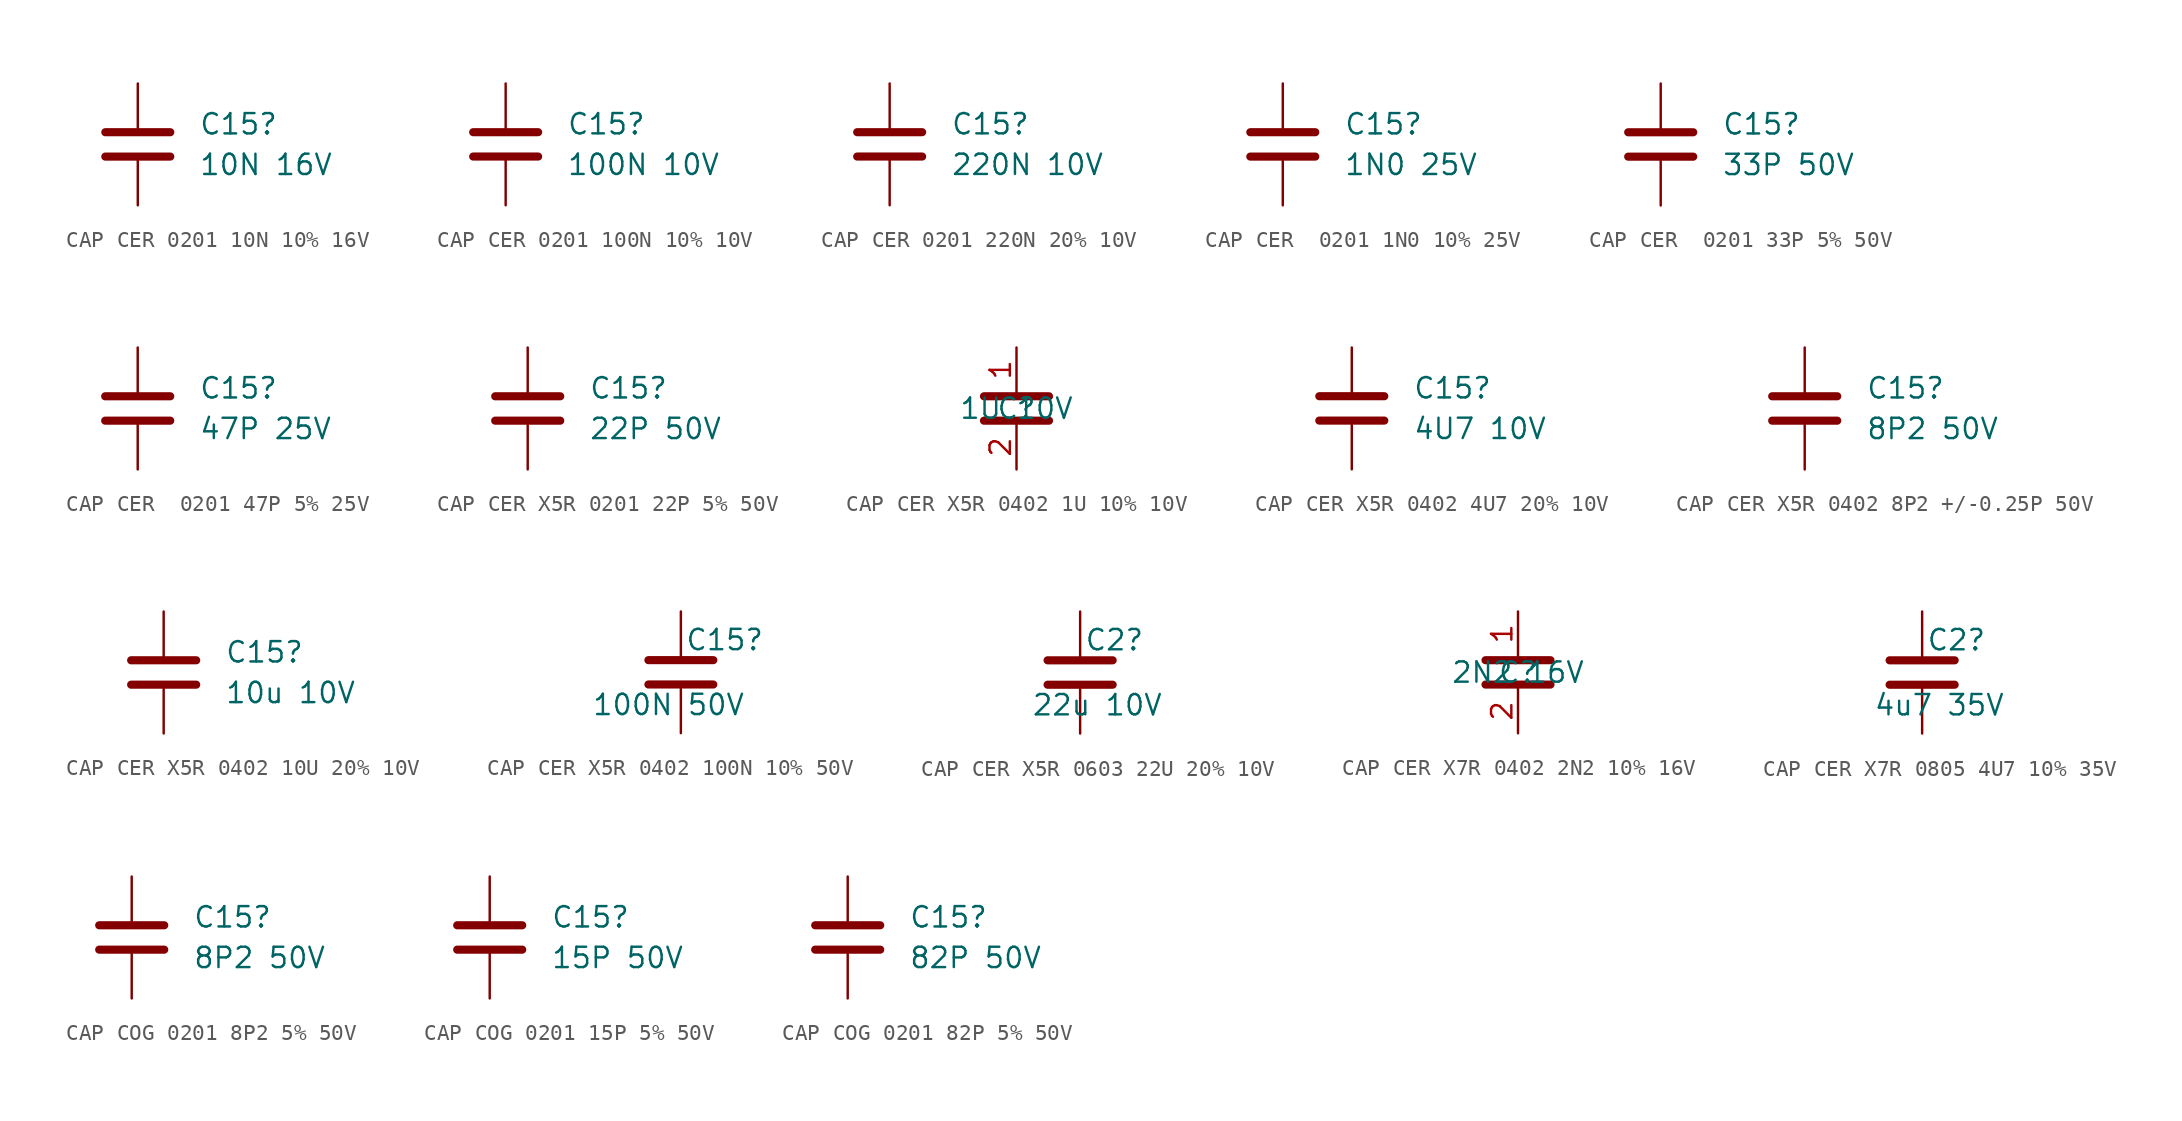
<source format=kicad_sym>
(kicad_symbol_lib
  (version 20241209)
  (generator "kicad_symbol_editor")
  (generator_version "9.0")
  (symbol "CAP CER 0201 10N 10% 16V"
    (pin_numbers
      (hide yes))
    (pin_names
      (offset 0.254))
    (property "Reference" "C15"
      (at 3.81 1.27 0)
      (effects (font (size 1.27 1.27)) (justify left)))
    (property "Value" "10N 16V"
      (at 3.81 -1.27 0)
      (effects (font (size 1.27 1.27)) (justify left)))
    (symbol "CAP CER 0201 10N 10% 16V_0_1"
      (polyline (pts (xy -2.032 0.762) (xy 2.032 0.762)) (stroke (width 0.508) (type default)) (fill (type none)))
      (polyline (pts (xy -2.032 -0.762) (xy 2.032 -0.762)) (stroke (width 0.508) (type default)) (fill (type none))))
    (symbol "CAP CER 0201 10N 10% 16V_1_1"
      (pin passive line (at 0 3.81 270) (length 2.794) (name "~" (effects (font (size 1.27 1.27)))) (number "1" (effects (font (size 1.27 1.27)))))
      (pin passive line (at 0 -3.81 90) (length 2.794) (name "~" (effects (font (size 1.27 1.27)))) (number "2" (effects (font (size 1.27 1.27)))))))
  (symbol "CAP CER 0201 100N 10% 10V"
    (pin_numbers
      (hide yes))
    (pin_names
      (offset 0.254))
    (property "Reference" "C15"
      (at 3.81 1.27 0)
      (effects (font (size 1.27 1.27)) (justify left)))
    (property "Value" "100N 10V"
      (at 3.81 -1.27 0)
      (effects (font (size 1.27 1.27)) (justify left)))
    (symbol "CAP CER 0201 100N 10% 10V_0_1"
      (polyline (pts (xy -2.032 0.762) (xy 2.032 0.762)) (stroke (width 0.508) (type default)) (fill (type none)))
      (polyline (pts (xy -2.032 -0.762) (xy 2.032 -0.762)) (stroke (width 0.508) (type default)) (fill (type none))))
    (symbol "CAP CER 0201 100N 10% 10V_1_1"
      (pin passive line (at 0 3.81 270) (length 2.794) (name "~" (effects (font (size 1.27 1.27)))) (number "1" (effects (font (size 1.27 1.27)))))
      (pin passive line (at 0 -3.81 90) (length 2.794) (name "~" (effects (font (size 1.27 1.27)))) (number "2" (effects (font (size 1.27 1.27)))))))
  (symbol "CAP CER 0201 220N 20% 10V"
    (pin_numbers
      (hide yes))
    (pin_names
      (offset 0.254))
    (property "Reference" "C15"
      (at 3.81 1.27 0)
      (effects (font (size 1.27 1.27)) (justify left)))
    (property "Value" "220N 10V"
      (at 3.81 -1.27 0)
      (effects (font (size 1.27 1.27)) (justify left)))
    (symbol "CAP CER 0201 220N 20% 10V_0_1"
      (polyline (pts (xy -2.032 0.762) (xy 2.032 0.762)) (stroke (width 0.508) (type default)) (fill (type none)))
      (polyline (pts (xy -2.032 -0.762) (xy 2.032 -0.762)) (stroke (width 0.508) (type default)) (fill (type none))))
    (symbol "CAP CER 0201 220N 20% 10V_1_1"
      (pin passive line (at 0 3.81 270) (length 2.794) (name "~" (effects (font (size 1.27 1.27)))) (number "1" (effects (font (size 1.27 1.27)))))
      (pin passive line (at 0 -3.81 90) (length 2.794) (name "~" (effects (font (size 1.27 1.27)))) (number "2" (effects (font (size 1.27 1.27)))))))
  (symbol "CAP CER  0201 1N0 10% 25V"
    (pin_numbers
      (hide yes))
    (pin_names
      (offset 0.254))
    (property "Reference" "C15"
      (at 3.81 1.27 0)
      (effects (font (size 1.27 1.27)) (justify left)))
    (property "Value" "1N0 25V"
      (at 3.81 -1.27 0)
      (effects (font (size 1.27 1.27)) (justify left)))
    (symbol "CAP CER  0201 1N0 10% 25V_0_1"
      (polyline (pts (xy -2.032 0.762) (xy 2.032 0.762)) (stroke (width 0.508) (type default)) (fill (type none)))
      (polyline (pts (xy -2.032 -0.762) (xy 2.032 -0.762)) (stroke (width 0.508) (type default)) (fill (type none))))
    (symbol "CAP CER  0201 1N0 10% 25V_1_1"
      (pin passive line (at 0 3.81 270) (length 2.794) (name "~" (effects (font (size 1.27 1.27)))) (number "1" (effects (font (size 1.27 1.27)))))
      (pin passive line (at 0 -3.81 90) (length 2.794) (name "~" (effects (font (size 1.27 1.27)))) (number "2" (effects (font (size 1.27 1.27)))))))
  (symbol "CAP CER  0201 33P 5% 50V"
    (pin_numbers
      (hide yes))
    (pin_names
      (offset 0.254))
    (property "Reference" "C15"
      (at 3.81 1.27 0)
      (effects (font (size 1.27 1.27)) (justify left)))
    (property "Value" "33P 50V"
      (at 3.81 -1.27 0)
      (effects (font (size 1.27 1.27)) (justify left)))
    (symbol "CAP CER  0201 33P 5% 50V_0_1"
      (polyline (pts (xy -2.032 0.762) (xy 2.032 0.762)) (stroke (width 0.508) (type default)) (fill (type none)))
      (polyline (pts (xy -2.032 -0.762) (xy 2.032 -0.762)) (stroke (width 0.508) (type default)) (fill (type none))))
    (symbol "CAP CER  0201 33P 5% 50V_1_1"
      (pin passive line (at 0 3.81 270) (length 2.794) (name "~" (effects (font (size 1.27 1.27)))) (number "1" (effects (font (size 1.27 1.27)))))
      (pin passive line (at 0 -3.81 90) (length 2.794) (name "~" (effects (font (size 1.27 1.27)))) (number "2" (effects (font (size 1.27 1.27)))))))
  (symbol "CAP CER  0201 47P 5% 25V"
    (pin_numbers
      (hide yes))
    (pin_names
      (offset 0.254))
    (property "Reference" "C15"
      (at 3.81 1.27 0)
      (effects (font (size 1.27 1.27)) (justify left)))
    (property "Value" "47P 25V"
      (at 3.81 -1.27 0)
      (effects (font (size 1.27 1.27)) (justify left)))
    (symbol "CAP CER  0201 47P 5% 25V_0_1"
      (polyline (pts (xy -2.032 0.762) (xy 2.032 0.762)) (stroke (width 0.508) (type default)) (fill (type none)))
      (polyline (pts (xy -2.032 -0.762) (xy 2.032 -0.762)) (stroke (width 0.508) (type default)) (fill (type none))))
    (symbol "CAP CER  0201 47P 5% 25V_1_1"
      (pin passive line (at 0 3.81 270) (length 2.794) (name "~" (effects (font (size 1.27 1.27)))) (number "1" (effects (font (size 1.27 1.27)))))
      (pin passive line (at 0 -3.81 90) (length 2.794) (name "~" (effects (font (size 1.27 1.27)))) (number "2" (effects (font (size 1.27 1.27)))))))
  (symbol "CAP CER X5R 0201 22P 5% 50V"
    (pin_numbers
      (hide yes))
    (pin_names
      (offset 0.254))
    (property "Reference" "C15"
      (at 3.81 1.27 0)
      (effects (font (size 1.27 1.27)) (justify left)))
    (property "Value" "22P 50V"
      (at 3.81 -1.27 0)
      (effects (font (size 1.27 1.27)) (justify left)))
    (symbol "CAP CER X5R 0201 22P 5% 50V_0_1"
      (polyline (pts (xy -2.032 0.762) (xy 2.032 0.762)) (stroke (width 0.508) (type default)) (fill (type none)))
      (polyline (pts (xy -2.032 -0.762) (xy 2.032 -0.762)) (stroke (width 0.508) (type default)) (fill (type none))))
    (symbol "CAP CER X5R 0201 22P 5% 50V_1_1"
      (pin passive line (at 0 3.81 270) (length 2.794) (name "~" (effects (font (size 1.27 1.27)))) (number "1" (effects (font (size 1.27 1.27)))))
      (pin passive line (at 0 -3.81 90) (length 2.794) (name "~" (effects (font (size 1.27 1.27)))) (number "2" (effects (font (size 1.27 1.27)))))))
  (symbol "CAP CER X5R 0402 1U 10% 10V"
    (property "Reference" "C"
      (at 0 0 0)
      (effects (font (size 1.27 1.27))))
    (property "Value" "1U 10V"
      (at 0 0 0)
      (effects (font (size 1.27 1.27))))
    (symbol "CAP CER X5R 0402 1U 10% 10V_0_1"
      (polyline (pts (xy -2.032 0.762) (xy 2.032 0.762)) (stroke (width 0.508) (type default)) (fill (type none)))
      (polyline (pts (xy -2.032 -0.762) (xy 2.032 -0.762)) (stroke (width 0.508) (type default)) (fill (type none))))
    (symbol "CAP CER X5R 0402 1U 10% 10V_1_1"
      (pin passive line (at 0 3.81 270) (length 2.794) (name "~" (effects (font (size 1.27 1.27)))) (number "1" (effects (font (size 1.27 1.27)))))
      (pin passive line (at 0 -3.81 90) (length 2.794) (name "~" (effects (font (size 1.27 1.27)))) (number "2" (effects (font (size 1.27 1.27)))))))
  (symbol "CAP CER X5R 0402 4U7 20% 10V"
    (pin_numbers
      (hide yes))
    (pin_names
      (offset 0.254))
    (property "Reference" "C15"
      (at 3.81 1.27 0)
      (effects (font (size 1.27 1.27)) (justify left)))
    (property "Value" "4U7 10V"
      (at 3.81 -1.27 0)
      (effects (font (size 1.27 1.27)) (justify left)))
    (symbol "CAP CER X5R 0402 4U7 20% 10V_0_1"
      (polyline (pts (xy -2.032 0.762) (xy 2.032 0.762)) (stroke (width 0.508) (type default)) (fill (type none)))
      (polyline (pts (xy -2.032 -0.762) (xy 2.032 -0.762)) (stroke (width 0.508) (type default)) (fill (type none))))
    (symbol "CAP CER X5R 0402 4U7 20% 10V_1_1"
      (pin passive line (at 0 3.81 270) (length 2.794) (name "~" (effects (font (size 1.27 1.27)))) (number "1" (effects (font (size 1.27 1.27)))))
      (pin passive line (at 0 -3.81 90) (length 2.794) (name "~" (effects (font (size 1.27 1.27)))) (number "2" (effects (font (size 1.27 1.27)))))))
  (symbol "CAP CER X5R 0402 8P2 +/-0.25P 50V"
    (pin_numbers
      (hide yes))
    (pin_names
      (offset 0.254))
    (property "Reference" "C15"
      (at 3.81 1.27 0)
      (effects (font (size 1.27 1.27)) (justify left)))
    (property "Value" "8P2 50V"
      (at 3.81 -1.27 0)
      (effects (font (size 1.27 1.27)) (justify left)))
    (symbol "CAP CER X5R 0402 8P2 +/-0.25P 50V_0_1"
      (polyline (pts (xy -2.032 0.762) (xy 2.032 0.762)) (stroke (width 0.508) (type default)) (fill (type none)))
      (polyline (pts (xy -2.032 -0.762) (xy 2.032 -0.762)) (stroke (width 0.508) (type default)) (fill (type none))))
    (symbol "CAP CER X5R 0402 8P2 +/-0.25P 50V_1_1"
      (pin passive line (at 0 3.81 270) (length 2.794) (name "~" (effects (font (size 1.27 1.27)))) (number "1" (effects (font (size 1.27 1.27)))))
      (pin passive line (at 0 -3.81 90) (length 2.794) (name "~" (effects (font (size 1.27 1.27)))) (number "2" (effects (font (size 1.27 1.27)))))))
  (symbol "CAP CER X5R 0402 10U 20% 10V"
    (pin_numbers
      (hide yes))
    (pin_names
      (offset 0.254))
    (property "Reference" "C15"
      (at 3.81 1.27 0)
      (effects (font (size 1.27 1.27)) (justify left)))
    (property "Value" "10u 10V"
      (at 3.81 -1.27 0)
      (effects (font (size 1.27 1.27)) (justify left)))
    (symbol "CAP CER X5R 0402 10U 20% 10V_0_1"
      (polyline (pts (xy -2.032 0.762) (xy 2.032 0.762)) (stroke (width 0.508) (type default)) (fill (type none)))
      (polyline (pts (xy -2.032 -0.762) (xy 2.032 -0.762)) (stroke (width 0.508) (type default)) (fill (type none))))
    (symbol "CAP CER X5R 0402 10U 20% 10V_1_1"
      (pin passive line (at 0 3.81 270) (length 2.794) (name "~" (effects (font (size 1.27 1.27)))) (number "1" (effects (font (size 1.27 1.27)))))
      (pin passive line (at 0 -3.81 90) (length 2.794) (name "~" (effects (font (size 1.27 1.27)))) (number "2" (effects (font (size 1.27 1.27)))))))
  (symbol "CAP CER X5R 0402 100N 10% 50V"
    (pin_numbers
      (hide yes))
    (pin_names
      (offset 0.254))
    (property "Reference" "C15"
      (at 0.254 2.032 0)
      (effects (font (size 1.27 1.27)) (justify left)))
    (property "Value" "100N 50V"
      (at -5.588 -2.032 0)
      (effects (font (size 1.27 1.27)) (justify left)))
    (symbol "CAP CER X5R 0402 100N 10% 50V_0_1"
      (polyline (pts (xy -2.032 0.762) (xy 2.032 0.762)) (stroke (width 0.508) (type default)) (fill (type none)))
      (polyline (pts (xy -2.032 -0.762) (xy 2.032 -0.762)) (stroke (width 0.508) (type default)) (fill (type none))))
    (symbol "CAP CER X5R 0402 100N 10% 50V_1_1"
      (pin passive line (at 0 3.81 270) (length 2.794) (name "~" (effects (font (size 1.27 1.27)))) (number "1" (effects (font (size 1.27 1.27)))))
      (pin passive line (at 0 -3.81 90) (length 2.794) (name "~" (effects (font (size 1.27 1.27)))) (number "2" (effects (font (size 1.27 1.27)))))))
  (symbol "CAP CER X5R 0603 22U 20% 10V"
    (pin_numbers
      (hide yes))
    (pin_names
      (offset 0.254))
    (property "Reference" "C2"
      (at 0.254 2.032 0)
      (effects (font (size 1.27 1.27)) (justify left)))
    (property "Value" "22u 10V"
      (at -3.048 -2.032 0)
      (effects (font (size 1.27 1.27)) (justify left)))
    (symbol "CAP CER X5R 0603 22U 20% 10V_0_1"
      (polyline (pts (xy -2.032 0.762) (xy 2.032 0.762)) (stroke (width 0.508) (type default)) (fill (type none)))
      (polyline (pts (xy -2.032 -0.762) (xy 2.032 -0.762)) (stroke (width 0.508) (type default)) (fill (type none))))
    (symbol "CAP CER X5R 0603 22U 20% 10V_1_1"
      (pin passive line (at 0 3.81 270) (length 2.794) (name "~" (effects (font (size 1.27 1.27)))) (number "1" (effects (font (size 1.27 1.27)))))
      (pin passive line (at 0 -3.81 90) (length 2.794) (name "~" (effects (font (size 1.27 1.27)))) (number "2" (effects (font (size 1.27 1.27)))))))
  (symbol "CAP CER X7R 0402 2N2 10% 16V"
    (property "Reference" "C"
      (at 0 0 0)
      (effects (font (size 1.27 1.27))))
    (property "Value" "2N2 16V"
      (at 0 0 0)
      (effects (font (size 1.27 1.27))))
    (symbol "CAP CER X7R 0402 2N2 10% 16V_0_1"
      (polyline (pts (xy -2.032 0.762) (xy 2.032 0.762)) (stroke (width 0.508) (type default)) (fill (type none)))
      (polyline (pts (xy -2.032 -0.762) (xy 2.032 -0.762)) (stroke (width 0.508) (type default)) (fill (type none))))
    (symbol "CAP CER X7R 0402 2N2 10% 16V_1_1"
      (pin passive line (at 0 3.81 270) (length 2.794) (name "~" (effects (font (size 1.27 1.27)))) (number "1" (effects (font (size 1.27 1.27)))))
      (pin passive line (at 0 -3.81 90) (length 2.794) (name "~" (effects (font (size 1.27 1.27)))) (number "2" (effects (font (size 1.27 1.27)))))))
  (symbol "CAP CER X7R 0805 4U7 10% 35V"
    (pin_numbers
      (hide yes))
    (pin_names
      (offset 0.254))
    (property "Reference" "C2"
      (at 0.254 2.032 0)
      (effects (font (size 1.27 1.27)) (justify left)))
    (property "Value" "4u7 35V"
      (at -3.048 -2.032 0)
      (effects (font (size 1.27 1.27)) (justify left)))
    (symbol "CAP CER X7R 0805 4U7 10% 35V_0_1"
      (polyline (pts (xy -2.032 0.762) (xy 2.032 0.762)) (stroke (width 0.508) (type default)) (fill (type none)))
      (polyline (pts (xy -2.032 -0.762) (xy 2.032 -0.762)) (stroke (width 0.508) (type default)) (fill (type none))))
    (symbol "CAP CER X7R 0805 4U7 10% 35V_1_1"
      (pin passive line (at 0 3.81 270) (length 2.794) (name "~" (effects (font (size 1.27 1.27)))) (number "1" (effects (font (size 1.27 1.27)))))
      (pin passive line (at 0 -3.81 90) (length 2.794) (name "~" (effects (font (size 1.27 1.27)))) (number "2" (effects (font (size 1.27 1.27)))))))
  (symbol "CAP COG 0201 8P2 5% 50V"
    (pin_numbers
      (hide yes))
    (pin_names
      (offset 0.254))
    (property "Reference" "C15"
      (at 3.81 1.27 0)
      (effects (font (size 1.27 1.27)) (justify left)))
    (property "Value" "8P2 50V"
      (at 3.81 -1.27 0)
      (effects (font (size 1.27 1.27)) (justify left)))
    (symbol "CAP COG 0201 8P2 5% 50V_0_1"
      (polyline (pts (xy -2.032 0.762) (xy 2.032 0.762)) (stroke (width 0.508) (type default)) (fill (type none)))
      (polyline (pts (xy -2.032 -0.762) (xy 2.032 -0.762)) (stroke (width 0.508) (type default)) (fill (type none))))
    (symbol "CAP COG 0201 8P2 5% 50V_1_1"
      (pin passive line (at 0 3.81 270) (length 2.794) (name "~" (effects (font (size 1.27 1.27)))) (number "1" (effects (font (size 1.27 1.27)))))
      (pin passive line (at 0 -3.81 90) (length 2.794) (name "~" (effects (font (size 1.27 1.27)))) (number "2" (effects (font (size 1.27 1.27)))))))
  (symbol "CAP COG 0201 15P 5% 50V"
    (pin_numbers
      (hide yes))
    (pin_names
      (offset 0.254))
    (property "Reference" "C15"
      (at 3.81 1.27 0)
      (effects (font (size 1.27 1.27)) (justify left)))
    (property "Value" "15P 50V"
      (at 3.81 -1.27 0)
      (effects (font (size 1.27 1.27)) (justify left)))
    (symbol "CAP COG 0201 15P 5% 50V_0_1"
      (polyline (pts (xy -2.032 0.762) (xy 2.032 0.762)) (stroke (width 0.508) (type default)) (fill (type none)))
      (polyline (pts (xy -2.032 -0.762) (xy 2.032 -0.762)) (stroke (width 0.508) (type default)) (fill (type none))))
    (symbol "CAP COG 0201 15P 5% 50V_1_1"
      (pin passive line (at 0 3.81 270) (length 2.794) (name "~" (effects (font (size 1.27 1.27)))) (number "1" (effects (font (size 1.27 1.27)))))
      (pin passive line (at 0 -3.81 90) (length 2.794) (name "~" (effects (font (size 1.27 1.27)))) (number "2" (effects (font (size 1.27 1.27)))))))
  (symbol "CAP COG 0201 82P 5% 50V"
    (pin_numbers
      (hide yes))
    (pin_names
      (offset 0.254))
    (property "Reference" "C15"
      (at 3.81 1.27 0)
      (effects (font (size 1.27 1.27)) (justify left)))
    (property "Value" "82P 50V"
      (at 3.81 -1.27 0)
      (effects (font (size 1.27 1.27)) (justify left)))
    (symbol "CAP COG 0201 82P 5% 50V_0_1"
      (polyline (pts (xy -2.032 0.762) (xy 2.032 0.762)) (stroke (width 0.508) (type default)) (fill (type none)))
      (polyline (pts (xy -2.032 -0.762) (xy 2.032 -0.762)) (stroke (width 0.508) (type default)) (fill (type none))))
    (symbol "CAP COG 0201 82P 5% 50V_1_1"
      (pin passive line (at 0 3.81 270) (length 2.794) (name "~" (effects (font (size 1.27 1.27)))) (number "1" (effects (font (size 1.27 1.27)))))
      (pin passive line (at 0 -3.81 90) (length 2.794) (name "~" (effects (font (size 1.27 1.27)))) (number "2" (effects (font (size 1.27 1.27))))))))
</source>
